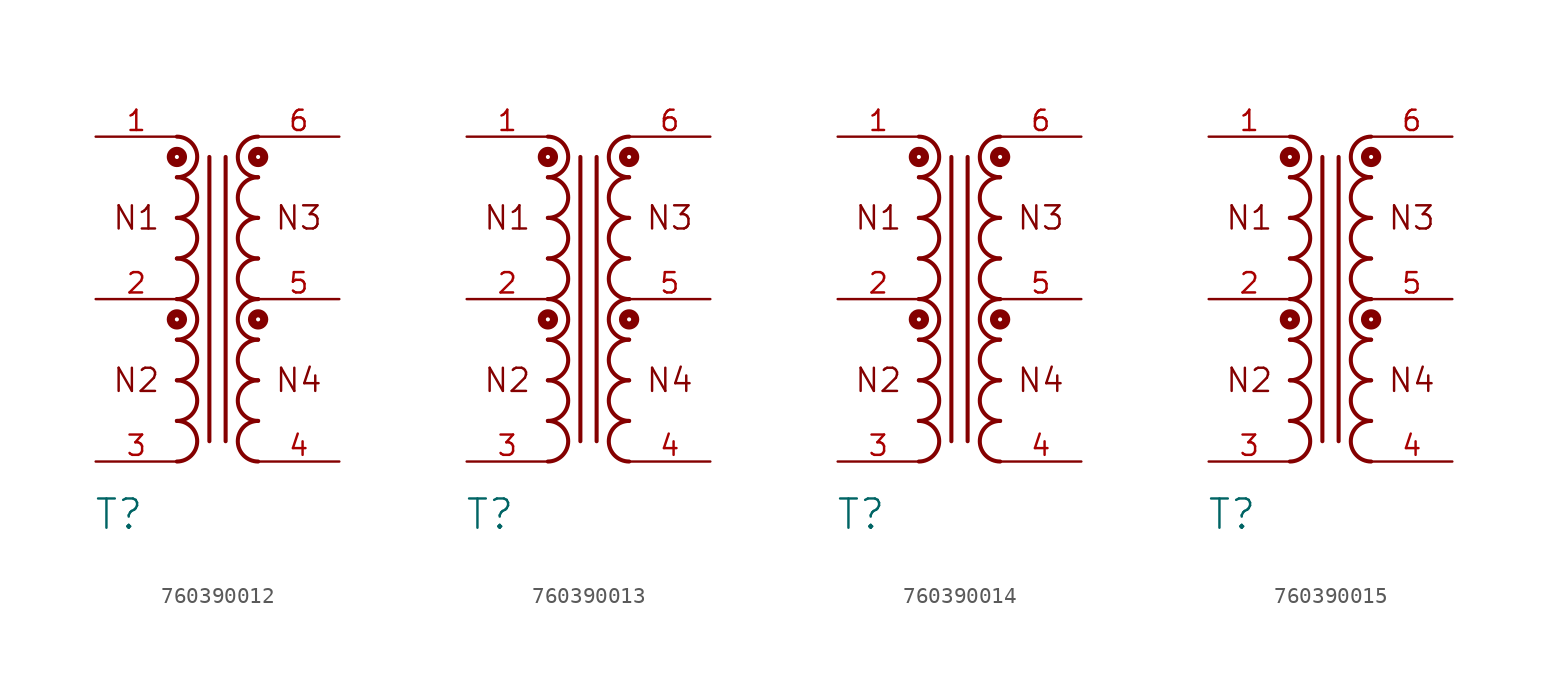
<source format=kicad_sym>
(kicad_symbol_lib
  (version 20231120)
  (generator "kicad_symbol_editor")
  (generator_version "8.0")
  (symbol "760390012"
    (property "Reference" "T"
      (at 1.457 -23.622 0)
      (effects (font (size 1.829 1.829))))
    (symbol "760390012_1_0"
      (polyline (pts (xy 7.112 -1.27) (xy 7.112 -19.05)) (stroke (width 0.254) (type solid)) (fill (type none)))
      (polyline (pts (xy 8.128 -1.27) (xy 8.128 -19.05)) (stroke (width 0.254) (type solid)) (fill (type none)))
      (arc (start 5.08 -20.32) (mid 6.35 -19.05) (end 5.08 -17.78) (stroke (width 0.254) (type solid)) (fill (type none)))
      (arc (start 5.08 -17.78) (mid 6.35 -16.51) (end 5.08 -15.24) (stroke (width 0.254) (type solid)) (fill (type none)))
      (arc (start 5.08 -15.24) (mid 6.35 -13.97) (end 5.08 -12.7) (stroke (width 0.254) (type solid)) (fill (type none)))
      (arc (start 5.08 -12.7) (mid 6.35 -11.43) (end 5.08 -10.16) (stroke (width 0.254) (type solid)) (fill (type none)))
      (circle (center 5.08 -11.43) (radius 0.127) (stroke (width 0.508) (type solid)) (fill (type none)))
      (arc (start 5.08 -10.16) (mid 6.35 -8.89) (end 5.08 -7.62) (stroke (width 0.254) (type solid)) (fill (type none)))
      (arc (start 5.08 -7.62) (mid 6.35 -6.35) (end 5.08 -5.08) (stroke (width 0.254) (type solid)) (fill (type none)))
      (arc (start 5.08 -5.08) (mid 6.35 -3.81) (end 5.08 -2.54) (stroke (width 0.254) (type solid)) (fill (type none)))
      (arc (start 5.08 -2.54) (mid 6.35 -1.27) (end 5.08 0) (stroke (width 0.254) (type solid)) (fill (type none)))
      (circle (center 5.08 -1.27) (radius 0.127) (stroke (width 0.508) (type solid)) (fill (type none)))
      (arc (start 10.16 -17.78) (mid 8.89 -19.05) (end 10.16 -20.32) (stroke (width 0.254) (type solid)) (fill (type none)))
      (arc (start 10.16 -15.24) (mid 8.89 -16.51) (end 10.16 -17.78) (stroke (width 0.254) (type solid)) (fill (type none)))
      (arc (start 10.16 -12.7) (mid 8.89 -13.97) (end 10.16 -15.24) (stroke (width 0.254) (type solid)) (fill (type none)))
      (circle (center 10.16 -11.43) (radius 0.127) (stroke (width 0.508) (type solid)) (fill (type none)))
      (arc (start 10.16 -10.16) (mid 8.89 -11.43) (end 10.16 -12.7) (stroke (width 0.254) (type solid)) (fill (type none)))
      (arc (start 10.16 -7.62) (mid 8.89 -8.89) (end 10.16 -10.16) (stroke (width 0.254) (type solid)) (fill (type none)))
      (arc (start 10.16 -5.08) (mid 8.89 -6.35) (end 10.16 -7.62) (stroke (width 0.254) (type solid)) (fill (type none)))
      (arc (start 10.16 -2.54) (mid 8.89 -3.81) (end 10.16 -5.08) (stroke (width 0.254) (type solid)) (fill (type none)))
      (circle (center 10.16 -1.27) (radius 0.127) (stroke (width 0.508) (type solid)) (fill (type none)))
      (arc (start 10.16 0) (mid 8.89 -1.27) (end 10.16 -2.54) (stroke (width 0.254) (type solid)) (fill (type none)))
      (text "N1" (at 2.54 -5.08 0) (effects (font (size 1.448 1.448))))
      (text "N2" (at 2.54 -15.24 0) (effects (font (size 1.448 1.448))))
      (text "N3" (at 12.7 -5.08 0) (effects (font (size 1.448 1.448))))
      (text "N4" (at 12.7 -15.24 0) (effects (font (size 1.448 1.448))))
      (pin passive line (at 0 0 0) (length 5.08) (name "1" (effects (font (size 0 0)))) (number "1" (effects (font (size 1.27 1.27)))))
      (pin passive line (at 0 -10.16 0) (length 5.08) (name "2" (effects (font (size 0 0)))) (number "2" (effects (font (size 1.27 1.27)))))
      (pin passive line (at 0 -20.32 0) (length 5.08) (name "3" (effects (font (size 0 0)))) (number "3" (effects (font (size 1.27 1.27)))))
      (pin passive line (at 15.24 -20.32 180) (length 5.08) (name "4" (effects (font (size 0 0)))) (number "4" (effects (font (size 1.27 1.27)))))
      (pin passive line (at 15.24 -10.16 180) (length 5.08) (name "5" (effects (font (size 0 0)))) (number "5" (effects (font (size 1.27 1.27)))))
      (pin passive line (at 15.24 0 180) (length 5.08) (name "6" (effects (font (size 0 0)))) (number "6" (effects (font (size 1.27 1.27)))))))
  (symbol "760390013"
    (property "Reference" "T"
      (at 1.457 -23.622 0)
      (effects (font (size 1.829 1.829))))
    (symbol "760390013_1_0"
      (polyline (pts (xy 7.112 -1.27) (xy 7.112 -19.05)) (stroke (width 0.254) (type solid)) (fill (type none)))
      (polyline (pts (xy 8.128 -1.27) (xy 8.128 -19.05)) (stroke (width 0.254) (type solid)) (fill (type none)))
      (arc (start 5.08 -20.32) (mid 6.35 -19.05) (end 5.08 -17.78) (stroke (width 0.254) (type solid)) (fill (type none)))
      (arc (start 5.08 -17.78) (mid 6.35 -16.51) (end 5.08 -15.24) (stroke (width 0.254) (type solid)) (fill (type none)))
      (arc (start 5.08 -15.24) (mid 6.35 -13.97) (end 5.08 -12.7) (stroke (width 0.254) (type solid)) (fill (type none)))
      (arc (start 5.08 -12.7) (mid 6.35 -11.43) (end 5.08 -10.16) (stroke (width 0.254) (type solid)) (fill (type none)))
      (circle (center 5.08 -11.43) (radius 0.127) (stroke (width 0.508) (type solid)) (fill (type none)))
      (arc (start 5.08 -10.16) (mid 6.35 -8.89) (end 5.08 -7.62) (stroke (width 0.254) (type solid)) (fill (type none)))
      (arc (start 5.08 -7.62) (mid 6.35 -6.35) (end 5.08 -5.08) (stroke (width 0.254) (type solid)) (fill (type none)))
      (arc (start 5.08 -5.08) (mid 6.35 -3.81) (end 5.08 -2.54) (stroke (width 0.254) (type solid)) (fill (type none)))
      (arc (start 5.08 -2.54) (mid 6.35 -1.27) (end 5.08 0) (stroke (width 0.254) (type solid)) (fill (type none)))
      (circle (center 5.08 -1.27) (radius 0.127) (stroke (width 0.508) (type solid)) (fill (type none)))
      (arc (start 10.16 -17.78) (mid 8.89 -19.05) (end 10.16 -20.32) (stroke (width 0.254) (type solid)) (fill (type none)))
      (arc (start 10.16 -15.24) (mid 8.89 -16.51) (end 10.16 -17.78) (stroke (width 0.254) (type solid)) (fill (type none)))
      (arc (start 10.16 -12.7) (mid 8.89 -13.97) (end 10.16 -15.24) (stroke (width 0.254) (type solid)) (fill (type none)))
      (circle (center 10.16 -11.43) (radius 0.127) (stroke (width 0.508) (type solid)) (fill (type none)))
      (arc (start 10.16 -10.16) (mid 8.89 -11.43) (end 10.16 -12.7) (stroke (width 0.254) (type solid)) (fill (type none)))
      (arc (start 10.16 -7.62) (mid 8.89 -8.89) (end 10.16 -10.16) (stroke (width 0.254) (type solid)) (fill (type none)))
      (arc (start 10.16 -5.08) (mid 8.89 -6.35) (end 10.16 -7.62) (stroke (width 0.254) (type solid)) (fill (type none)))
      (arc (start 10.16 -2.54) (mid 8.89 -3.81) (end 10.16 -5.08) (stroke (width 0.254) (type solid)) (fill (type none)))
      (circle (center 10.16 -1.27) (radius 0.127) (stroke (width 0.508) (type solid)) (fill (type none)))
      (arc (start 10.16 0) (mid 8.89 -1.27) (end 10.16 -2.54) (stroke (width 0.254) (type solid)) (fill (type none)))
      (text "N1" (at 2.54 -5.08 0) (effects (font (size 1.448 1.448))))
      (text "N2" (at 2.54 -15.24 0) (effects (font (size 1.448 1.448))))
      (text "N3" (at 12.7 -5.08 0) (effects (font (size 1.448 1.448))))
      (text "N4" (at 12.7 -15.24 0) (effects (font (size 1.448 1.448))))
      (pin passive line (at 0 0 0) (length 5.08) (name "1" (effects (font (size 0 0)))) (number "1" (effects (font (size 1.27 1.27)))))
      (pin passive line (at 0 -10.16 0) (length 5.08) (name "2" (effects (font (size 0 0)))) (number "2" (effects (font (size 1.27 1.27)))))
      (pin passive line (at 0 -20.32 0) (length 5.08) (name "3" (effects (font (size 0 0)))) (number "3" (effects (font (size 1.27 1.27)))))
      (pin passive line (at 15.24 -20.32 180) (length 5.08) (name "4" (effects (font (size 0 0)))) (number "4" (effects (font (size 1.27 1.27)))))
      (pin passive line (at 15.24 -10.16 180) (length 5.08) (name "5" (effects (font (size 0 0)))) (number "5" (effects (font (size 1.27 1.27)))))
      (pin passive line (at 15.24 0 180) (length 5.08) (name "6" (effects (font (size 0 0)))) (number "6" (effects (font (size 1.27 1.27)))))))
  (symbol "760390014"
    (property "Reference" "T"
      (at 1.457 -23.622 0)
      (effects (font (size 1.829 1.829))))
    (symbol "760390014_1_0"
      (polyline (pts (xy 7.112 -1.27) (xy 7.112 -19.05)) (stroke (width 0.254) (type solid)) (fill (type none)))
      (polyline (pts (xy 8.128 -1.27) (xy 8.128 -19.05)) (stroke (width 0.254) (type solid)) (fill (type none)))
      (arc (start 5.08 -20.32) (mid 6.35 -19.05) (end 5.08 -17.78) (stroke (width 0.254) (type solid)) (fill (type none)))
      (arc (start 5.08 -17.78) (mid 6.35 -16.51) (end 5.08 -15.24) (stroke (width 0.254) (type solid)) (fill (type none)))
      (arc (start 5.08 -15.24) (mid 6.35 -13.97) (end 5.08 -12.7) (stroke (width 0.254) (type solid)) (fill (type none)))
      (arc (start 5.08 -12.7) (mid 6.35 -11.43) (end 5.08 -10.16) (stroke (width 0.254) (type solid)) (fill (type none)))
      (circle (center 5.08 -11.43) (radius 0.127) (stroke (width 0.508) (type solid)) (fill (type none)))
      (arc (start 5.08 -10.16) (mid 6.35 -8.89) (end 5.08 -7.62) (stroke (width 0.254) (type solid)) (fill (type none)))
      (arc (start 5.08 -7.62) (mid 6.35 -6.35) (end 5.08 -5.08) (stroke (width 0.254) (type solid)) (fill (type none)))
      (arc (start 5.08 -5.08) (mid 6.35 -3.81) (end 5.08 -2.54) (stroke (width 0.254) (type solid)) (fill (type none)))
      (arc (start 5.08 -2.54) (mid 6.35 -1.27) (end 5.08 0) (stroke (width 0.254) (type solid)) (fill (type none)))
      (circle (center 5.08 -1.27) (radius 0.127) (stroke (width 0.508) (type solid)) (fill (type none)))
      (arc (start 10.16 -17.78) (mid 8.89 -19.05) (end 10.16 -20.32) (stroke (width 0.254) (type solid)) (fill (type none)))
      (arc (start 10.16 -15.24) (mid 8.89 -16.51) (end 10.16 -17.78) (stroke (width 0.254) (type solid)) (fill (type none)))
      (arc (start 10.16 -12.7) (mid 8.89 -13.97) (end 10.16 -15.24) (stroke (width 0.254) (type solid)) (fill (type none)))
      (circle (center 10.16 -11.43) (radius 0.127) (stroke (width 0.508) (type solid)) (fill (type none)))
      (arc (start 10.16 -10.16) (mid 8.89 -11.43) (end 10.16 -12.7) (stroke (width 0.254) (type solid)) (fill (type none)))
      (arc (start 10.16 -7.62) (mid 8.89 -8.89) (end 10.16 -10.16) (stroke (width 0.254) (type solid)) (fill (type none)))
      (arc (start 10.16 -5.08) (mid 8.89 -6.35) (end 10.16 -7.62) (stroke (width 0.254) (type solid)) (fill (type none)))
      (arc (start 10.16 -2.54) (mid 8.89 -3.81) (end 10.16 -5.08) (stroke (width 0.254) (type solid)) (fill (type none)))
      (circle (center 10.16 -1.27) (radius 0.127) (stroke (width 0.508) (type solid)) (fill (type none)))
      (arc (start 10.16 0) (mid 8.89 -1.27) (end 10.16 -2.54) (stroke (width 0.254) (type solid)) (fill (type none)))
      (text "N1" (at 2.54 -5.08 0) (effects (font (size 1.448 1.448))))
      (text "N2" (at 2.54 -15.24 0) (effects (font (size 1.448 1.448))))
      (text "N3" (at 12.7 -5.08 0) (effects (font (size 1.448 1.448))))
      (text "N4" (at 12.7 -15.24 0) (effects (font (size 1.448 1.448))))
      (pin passive line (at 0 0 0) (length 5.08) (name "1" (effects (font (size 0 0)))) (number "1" (effects (font (size 1.27 1.27)))))
      (pin passive line (at 0 -10.16 0) (length 5.08) (name "2" (effects (font (size 0 0)))) (number "2" (effects (font (size 1.27 1.27)))))
      (pin passive line (at 0 -20.32 0) (length 5.08) (name "3" (effects (font (size 0 0)))) (number "3" (effects (font (size 1.27 1.27)))))
      (pin passive line (at 15.24 -20.32 180) (length 5.08) (name "4" (effects (font (size 0 0)))) (number "4" (effects (font (size 1.27 1.27)))))
      (pin passive line (at 15.24 -10.16 180) (length 5.08) (name "5" (effects (font (size 0 0)))) (number "5" (effects (font (size 1.27 1.27)))))
      (pin passive line (at 15.24 0 180) (length 5.08) (name "6" (effects (font (size 0 0)))) (number "6" (effects (font (size 1.27 1.27)))))))
  (symbol "760390015"
    (property "Reference" "T"
      (at 1.457 -23.622 0)
      (effects (font (size 1.829 1.829))))
    (symbol "760390015_1_0"
      (polyline (pts (xy 7.112 -1.27) (xy 7.112 -19.05)) (stroke (width 0.254) (type solid)) (fill (type none)))
      (polyline (pts (xy 8.128 -1.27) (xy 8.128 -19.05)) (stroke (width 0.254) (type solid)) (fill (type none)))
      (arc (start 5.08 -20.32) (mid 6.35 -19.05) (end 5.08 -17.78) (stroke (width 0.254) (type solid)) (fill (type none)))
      (arc (start 5.08 -17.78) (mid 6.35 -16.51) (end 5.08 -15.24) (stroke (width 0.254) (type solid)) (fill (type none)))
      (arc (start 5.08 -15.24) (mid 6.35 -13.97) (end 5.08 -12.7) (stroke (width 0.254) (type solid)) (fill (type none)))
      (arc (start 5.08 -12.7) (mid 6.35 -11.43) (end 5.08 -10.16) (stroke (width 0.254) (type solid)) (fill (type none)))
      (circle (center 5.08 -11.43) (radius 0.127) (stroke (width 0.508) (type solid)) (fill (type none)))
      (arc (start 5.08 -10.16) (mid 6.35 -8.89) (end 5.08 -7.62) (stroke (width 0.254) (type solid)) (fill (type none)))
      (arc (start 5.08 -7.62) (mid 6.35 -6.35) (end 5.08 -5.08) (stroke (width 0.254) (type solid)) (fill (type none)))
      (arc (start 5.08 -5.08) (mid 6.35 -3.81) (end 5.08 -2.54) (stroke (width 0.254) (type solid)) (fill (type none)))
      (arc (start 5.08 -2.54) (mid 6.35 -1.27) (end 5.08 0) (stroke (width 0.254) (type solid)) (fill (type none)))
      (circle (center 5.08 -1.27) (radius 0.127) (stroke (width 0.508) (type solid)) (fill (type none)))
      (arc (start 10.16 -17.78) (mid 8.89 -19.05) (end 10.16 -20.32) (stroke (width 0.254) (type solid)) (fill (type none)))
      (arc (start 10.16 -15.24) (mid 8.89 -16.51) (end 10.16 -17.78) (stroke (width 0.254) (type solid)) (fill (type none)))
      (arc (start 10.16 -12.7) (mid 8.89 -13.97) (end 10.16 -15.24) (stroke (width 0.254) (type solid)) (fill (type none)))
      (circle (center 10.16 -11.43) (radius 0.127) (stroke (width 0.508) (type solid)) (fill (type none)))
      (arc (start 10.16 -10.16) (mid 8.89 -11.43) (end 10.16 -12.7) (stroke (width 0.254) (type solid)) (fill (type none)))
      (arc (start 10.16 -7.62) (mid 8.89 -8.89) (end 10.16 -10.16) (stroke (width 0.254) (type solid)) (fill (type none)))
      (arc (start 10.16 -5.08) (mid 8.89 -6.35) (end 10.16 -7.62) (stroke (width 0.254) (type solid)) (fill (type none)))
      (arc (start 10.16 -2.54) (mid 8.89 -3.81) (end 10.16 -5.08) (stroke (width 0.254) (type solid)) (fill (type none)))
      (circle (center 10.16 -1.27) (radius 0.127) (stroke (width 0.508) (type solid)) (fill (type none)))
      (arc (start 10.16 0) (mid 8.89 -1.27) (end 10.16 -2.54) (stroke (width 0.254) (type solid)) (fill (type none)))
      (text "N1" (at 2.54 -5.08 0) (effects (font (size 1.448 1.448))))
      (text "N2" (at 2.54 -15.24 0) (effects (font (size 1.448 1.448))))
      (text "N3" (at 12.7 -5.08 0) (effects (font (size 1.448 1.448))))
      (text "N4" (at 12.7 -15.24 0) (effects (font (size 1.448 1.448))))
      (pin passive line (at 0 0 0) (length 5.08) (name "1" (effects (font (size 0 0)))) (number "1" (effects (font (size 1.27 1.27)))))
      (pin passive line (at 0 -10.16 0) (length 5.08) (name "2" (effects (font (size 0 0)))) (number "2" (effects (font (size 1.27 1.27)))))
      (pin passive line (at 0 -20.32 0) (length 5.08) (name "3" (effects (font (size 0 0)))) (number "3" (effects (font (size 1.27 1.27)))))
      (pin passive line (at 15.24 -20.32 180) (length 5.08) (name "4" (effects (font (size 0 0)))) (number "4" (effects (font (size 1.27 1.27)))))
      (pin passive line (at 15.24 -10.16 180) (length 5.08) (name "5" (effects (font (size 0 0)))) (number "5" (effects (font (size 1.27 1.27)))))
      (pin passive line (at 15.24 0 180) (length 5.08) (name "6" (effects (font (size 0 0)))) (number "6" (effects (font (size 1.27 1.27))))))))
</source>
